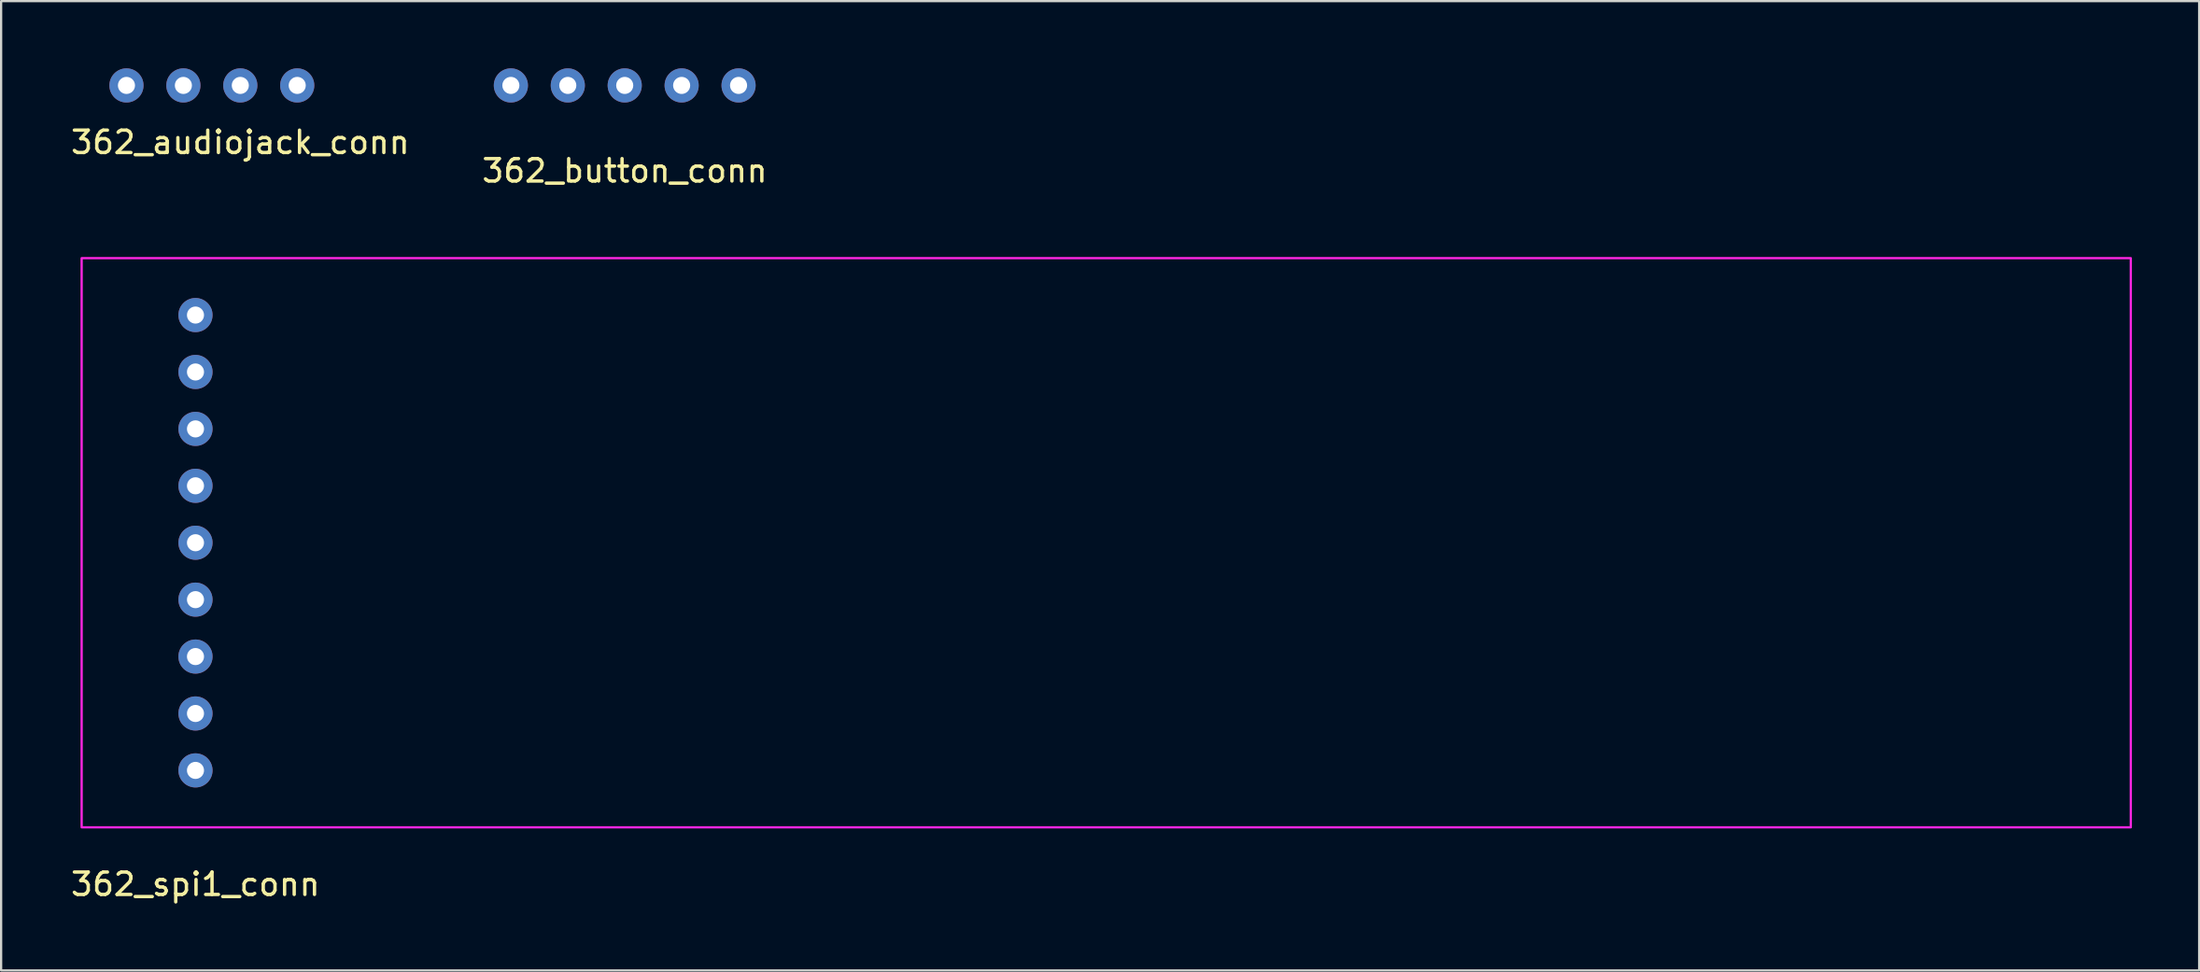
<source format=kicad_pcb>
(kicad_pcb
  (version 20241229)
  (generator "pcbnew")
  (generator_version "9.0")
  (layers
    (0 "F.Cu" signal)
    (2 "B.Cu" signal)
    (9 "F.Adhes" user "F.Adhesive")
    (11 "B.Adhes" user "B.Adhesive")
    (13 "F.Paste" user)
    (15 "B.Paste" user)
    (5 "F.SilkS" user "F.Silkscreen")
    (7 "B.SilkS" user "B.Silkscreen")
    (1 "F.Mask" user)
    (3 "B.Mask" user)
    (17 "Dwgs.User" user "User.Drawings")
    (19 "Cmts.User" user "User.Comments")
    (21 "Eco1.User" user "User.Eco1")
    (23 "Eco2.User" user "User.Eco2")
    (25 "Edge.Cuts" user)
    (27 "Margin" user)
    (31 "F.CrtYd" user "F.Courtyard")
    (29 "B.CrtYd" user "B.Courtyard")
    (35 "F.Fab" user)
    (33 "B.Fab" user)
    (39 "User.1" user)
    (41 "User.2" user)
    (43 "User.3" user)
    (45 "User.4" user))
  (footprint "362_spi1_conn"
    (layer "F.Cu")
    (at 5.673 21.17)
    (property "Reference" "362_spi1_conn" (at 0 15.24 0) (layer "F.SilkS") (effects (font (size 1 1) (thickness 0.15))))
    (attr through_hole)
    (fp_poly (pts (xy 86.36 12.7) (xy -5.08 12.7) (xy -5.08 -12.7) (xy 86.36 -12.7)) (stroke (width 0.1) (type solid)) (fill no) (layer "F.CrtYd"))
    (pad "1" thru_hole circle (at 0 -10.16 270) (size 1.524 1.524) (drill 0.762) (layers "*.Cu" "*.Mask"))
    (pad "2" thru_hole circle (at 0 -7.62 270) (size 1.524 1.524) (drill 0.762) (layers "*.Cu" "*.Mask"))
    (pad "3" thru_hole circle (at 0 -5.08 270) (size 1.524 1.524) (drill 0.762) (layers "*.Cu" "*.Mask"))
    (pad "4" thru_hole circle (at 0 -2.54 270) (size 1.524 1.524) (drill 0.762) (layers "*.Cu" "*.Mask"))
    (pad "5" thru_hole circle (at 0 0 270) (size 1.524 1.524) (drill 0.762) (layers "*.Cu" "*.Mask"))
    (pad "6" thru_hole circle (at 0 2.54 270) (size 1.524 1.524) (drill 0.762) (layers "*.Cu" "*.Mask"))
    (pad "7" thru_hole circle (at 0 5.08 270) (size 1.524 1.524) (drill 0.762) (layers "*.Cu" "*.Mask"))
    (pad "8" thru_hole circle (at 0 7.62 270) (size 1.524 1.524) (drill 0.762) (layers "*.Cu" "*.Mask"))
    (pad "9" thru_hole circle (at 0 10.16 270) (size 1.524 1.524) (drill 0.762) (layers "*.Cu" "*.Mask")))
  (footprint "362_audiojack_conn"
    (layer "F.Cu")
    (at 7.673 0.762)
    (property "Reference" "362_audiojack_conn" (at 0 2.54 0) (layer "F.SilkS") (effects (font (size 1 1) (thickness 0.15))))
    (attr through_hole)
    (pad "1" thru_hole circle (at -5.08 0) (size 1.524 1.524) (drill 0.762) (layers "*.Cu" "*.Mask"))
    (pad "2" thru_hole circle (at -2.54 0) (size 1.524 1.524) (drill 0.762) (layers "*.Cu" "*.Mask"))
    (pad "3" thru_hole circle (at 0 0) (size 1.524 1.524) (drill 0.762) (layers "*.Cu" "*.Mask"))
    (pad "4" thru_hole circle (at 2.54 0) (size 1.524 1.524) (drill 0.762) (layers "*.Cu" "*.Mask")))
  (footprint "362_button_conn"
    (layer "F.Cu")
    (at 24.827 0.762)
    (property "Reference" "362_button_conn" (at 0 3.81 0) (layer "F.SilkS") (effects (font (size 1 1) (thickness 0.15))))
    (attr through_hole)
    (pad "1" thru_hole circle (at -5.08 0) (size 1.524 1.524) (drill 0.762) (layers "*.Cu" "*.Mask"))
    (pad "2" thru_hole circle (at -2.54 0) (size 1.524 1.524) (drill 0.762) (layers "*.Cu" "*.Mask"))
    (pad "3" thru_hole circle (at 0 0) (size 1.524 1.524) (drill 0.762) (layers "*.Cu" "*.Mask"))
    (pad "4" thru_hole circle (at 2.54 0) (size 1.524 1.524) (drill 0.762) (layers "*.Cu" "*.Mask"))
    (pad "5" thru_hole circle (at 5.08 0) (size 1.524 1.524) (drill 0.762) (layers "*.Cu" "*.Mask")))
  (gr_rect
    (start -3 -3)
    (end 95.083 40.258)
    (stroke (width 0.1) (type default))
    (fill no)
    (layer "Edge.Cuts")))
</source>
